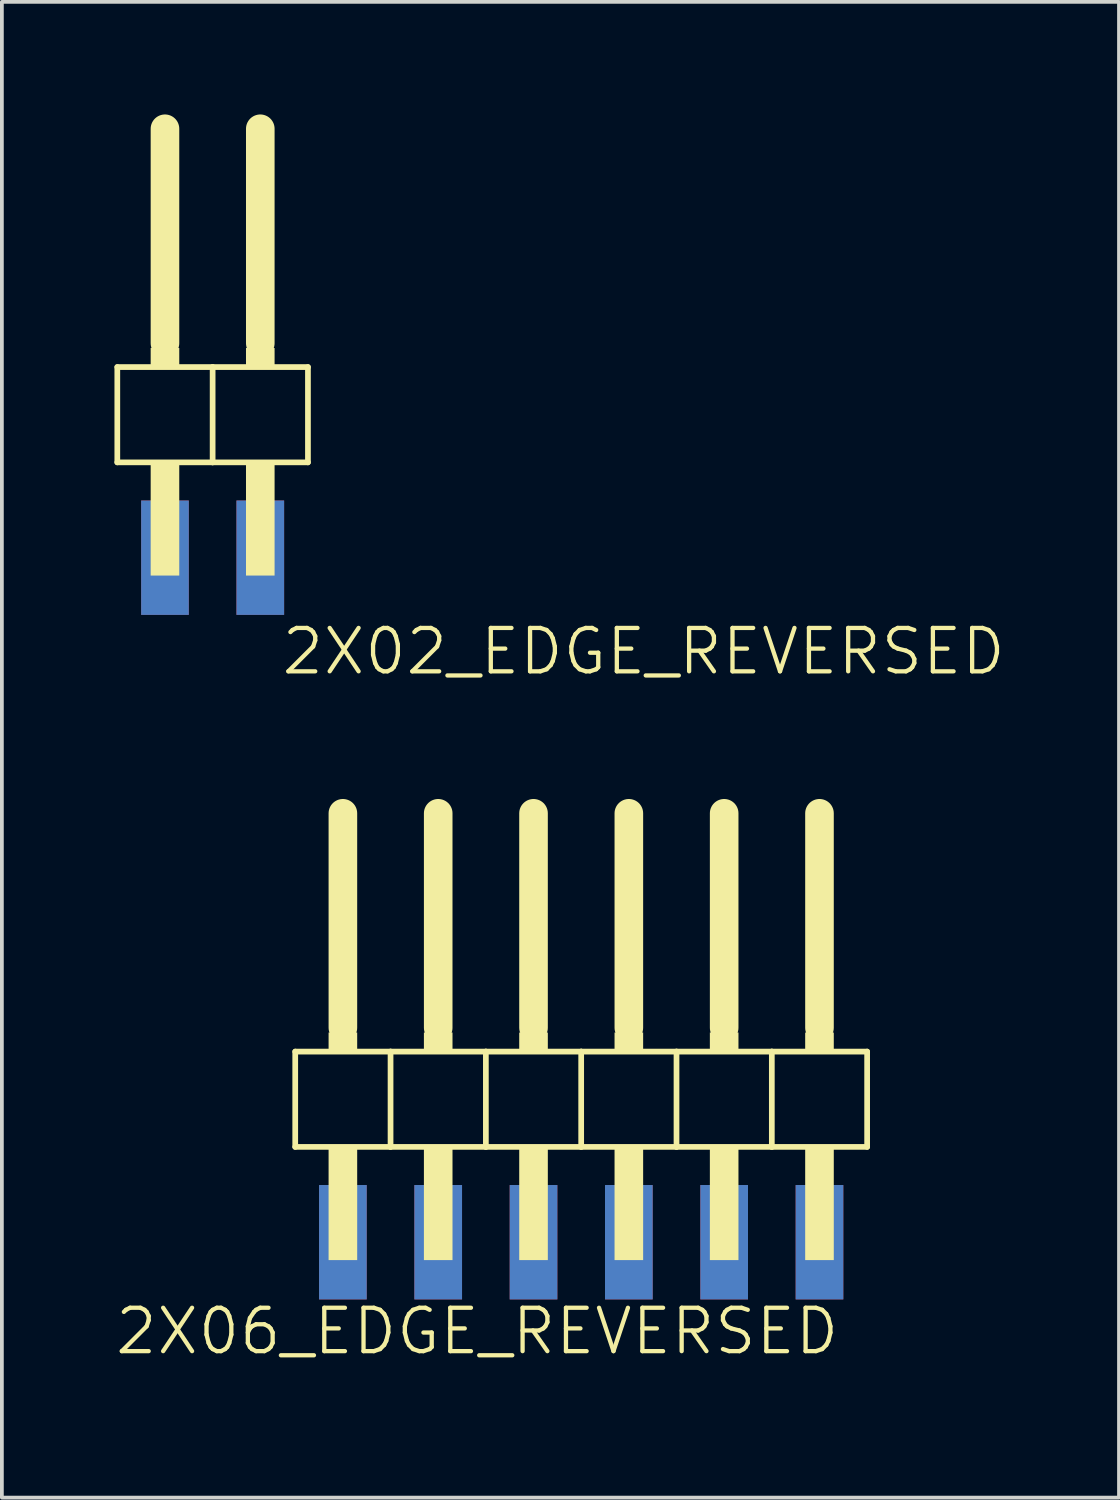
<source format=kicad_pcb>
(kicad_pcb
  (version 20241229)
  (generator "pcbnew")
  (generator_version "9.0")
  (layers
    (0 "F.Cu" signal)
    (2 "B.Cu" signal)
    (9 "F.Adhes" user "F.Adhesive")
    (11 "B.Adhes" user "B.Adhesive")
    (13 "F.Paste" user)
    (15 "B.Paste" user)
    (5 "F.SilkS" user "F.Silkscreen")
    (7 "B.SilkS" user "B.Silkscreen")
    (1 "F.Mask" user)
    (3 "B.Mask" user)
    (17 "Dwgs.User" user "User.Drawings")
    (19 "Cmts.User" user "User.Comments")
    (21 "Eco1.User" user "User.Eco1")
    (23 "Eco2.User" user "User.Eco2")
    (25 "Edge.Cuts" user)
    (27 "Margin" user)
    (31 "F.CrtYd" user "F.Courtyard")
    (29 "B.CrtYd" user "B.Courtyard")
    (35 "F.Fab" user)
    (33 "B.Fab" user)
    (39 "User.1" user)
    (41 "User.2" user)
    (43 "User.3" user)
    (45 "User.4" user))
  (footprint "2X06_EDGE_REVERSED"
    (layer "F.Cu")
    (at 12.437 33.608)
    (property "Reference" "2X06_EDGE_REVERSED" (at 6.936 -1.859 0) (layer "F.SilkS") (effects (font (size 1.156 1.156) (thickness 0.114)) (justify right top)))
    (fp_line (start -7.62 -8.636) (end -7.62 -6.096) (stroke (width 0.152) (type solid)) (layer "F.SilkS"))
    (fp_line (start -7.62 -6.096) (end -5.08 -6.096) (stroke (width 0.152) (type solid)) (layer "F.SilkS"))
    (fp_line (start -6.35 -14.986) (end -6.35 -9.271) (stroke (width 0.762) (type solid)) (layer "F.SilkS"))
    (fp_line (start -5.08 -8.636) (end -7.62 -8.636) (stroke (width 0.152) (type solid)) (layer "F.SilkS"))
    (fp_line (start -5.08 -6.096) (end -5.08 -8.636) (stroke (width 0.152) (type solid)) (layer "F.SilkS"))
    (fp_line (start -5.08 -6.096) (end -2.54 -6.096) (stroke (width 0.152) (type solid)) (layer "F.SilkS"))
    (fp_line (start -3.81 -14.986) (end -3.81 -9.271) (stroke (width 0.762) (type solid)) (layer "F.SilkS"))
    (fp_line (start -2.54 -8.636) (end -5.08 -8.636) (stroke (width 0.152) (type solid)) (layer "F.SilkS"))
    (fp_line (start -2.54 -6.096) (end -2.54 -8.636) (stroke (width 0.152) (type solid)) (layer "F.SilkS"))
    (fp_line (start -2.54 -6.096) (end 0 -6.096) (stroke (width 0.152) (type solid)) (layer "F.SilkS"))
    (fp_line (start -1.27 -14.986) (end -1.27 -9.271) (stroke (width 0.762) (type solid)) (layer "F.SilkS"))
    (fp_line (start 0 -8.636) (end -2.54 -8.636) (stroke (width 0.152) (type solid)) (layer "F.SilkS"))
    (fp_line (start 0 -6.096) (end 0 -8.636) (stroke (width 0.152) (type solid)) (layer "F.SilkS"))
    (fp_line (start 0 -6.096) (end 2.54 -6.096) (stroke (width 0.152) (type solid)) (layer "F.SilkS"))
    (fp_line (start 1.27 -14.986) (end 1.27 -9.271) (stroke (width 0.762) (type solid)) (layer "F.SilkS"))
    (fp_line (start 2.54 -8.636) (end 0 -8.636) (stroke (width 0.152) (type solid)) (layer "F.SilkS"))
    (fp_line (start 2.54 -6.096) (end 2.54 -8.636) (stroke (width 0.152) (type solid)) (layer "F.SilkS"))
    (fp_line (start 2.54 -6.096) (end 5.08 -6.096) (stroke (width 0.152) (type solid)) (layer "F.SilkS"))
    (fp_line (start 3.81 -14.986) (end 3.81 -9.271) (stroke (width 0.762) (type solid)) (layer "F.SilkS"))
    (fp_line (start 5.08 -8.636) (end 2.54 -8.636) (stroke (width 0.152) (type solid)) (layer "F.SilkS"))
    (fp_line (start 5.08 -6.096) (end 5.08 -8.636) (stroke (width 0.152) (type solid)) (layer "F.SilkS"))
    (fp_line (start 5.08 -6.096) (end 7.62 -6.096) (stroke (width 0.152) (type solid)) (layer "F.SilkS"))
    (fp_line (start 6.35 -14.986) (end 6.35 -9.271) (stroke (width 0.762) (type solid)) (layer "F.SilkS"))
    (fp_line (start 7.62 -8.636) (end 5.08 -8.636) (stroke (width 0.152) (type solid)) (layer "F.SilkS"))
    (fp_line (start 7.62 -6.096) (end 7.62 -8.636) (stroke (width 0.152) (type solid)) (layer "F.SilkS"))
    (fp_poly (pts (xy -6.731 -8.636) (xy -5.969 -8.636) (xy -5.969 -9.144) (xy -6.731 -9.144)) (stroke (width 0) (type default)) (fill yes) (layer "F.SilkS"))
    (fp_poly (pts (xy -6.731 -3.08) (xy -5.969 -3.08) (xy -5.969 -6.096) (xy -6.731 -6.096)) (stroke (width 0) (type default)) (fill yes) (layer "F.SilkS"))
    (fp_poly (pts (xy -4.191 -8.636) (xy -3.429 -8.636) (xy -3.429 -9.144) (xy -4.191 -9.144)) (stroke (width 0) (type default)) (fill yes) (layer "F.SilkS"))
    (fp_poly (pts (xy -4.191 -3.08) (xy -3.429 -3.08) (xy -3.429 -6.096) (xy -4.191 -6.096)) (stroke (width 0) (type default)) (fill yes) (layer "F.SilkS"))
    (fp_poly (pts (xy -1.651 -8.636) (xy -0.889 -8.636) (xy -0.889 -9.144) (xy -1.651 -9.144)) (stroke (width 0) (type default)) (fill yes) (layer "F.SilkS"))
    (fp_poly (pts (xy -1.651 -3.08) (xy -0.889 -3.08) (xy -0.889 -6.096) (xy -1.651 -6.096)) (stroke (width 0) (type default)) (fill yes) (layer "F.SilkS"))
    (fp_poly (pts (xy 0.889 -8.636) (xy 1.651 -8.636) (xy 1.651 -9.144) (xy 0.889 -9.144)) (stroke (width 0) (type default)) (fill yes) (layer "F.SilkS"))
    (fp_poly (pts (xy 0.889 -3.08) (xy 1.651 -3.08) (xy 1.651 -6.096) (xy 0.889 -6.096)) (stroke (width 0) (type default)) (fill yes) (layer "F.SilkS"))
    (fp_poly (pts (xy 3.429 -8.636) (xy 4.191 -8.636) (xy 4.191 -9.144) (xy 3.429 -9.144)) (stroke (width 0) (type default)) (fill yes) (layer "F.SilkS"))
    (fp_poly (pts (xy 3.429 -3.08) (xy 4.191 -3.08) (xy 4.191 -6.096) (xy 3.429 -6.096)) (stroke (width 0) (type default)) (fill yes) (layer "F.SilkS"))
    (fp_poly (pts (xy 5.969 -8.636) (xy 6.731 -8.636) (xy 6.731 -9.144) (xy 5.969 -9.144)) (stroke (width 0) (type default)) (fill yes) (layer "F.SilkS"))
    (fp_poly (pts (xy 5.969 -3.08) (xy 6.731 -3.08) (xy 6.731 -6.096) (xy 5.969 -6.096)) (stroke (width 0) (type default)) (fill yes) (layer "F.SilkS"))
    (pad "1" smd rect (at 6.35 -3.556 90) (size 3.048 1.27) (layers "F.Cu" "F.Mask" "F.Paste"))
    (pad "2" smd rect (at 6.35 -3.556 90) (size 3.048 1.27) (layers "B.Cu" "B.Mask" "B.Paste"))
    (pad "3" smd rect (at 3.81 -3.556 90) (size 3.048 1.27) (layers "F.Cu" "F.Mask" "F.Paste"))
    (pad "4" smd rect (at 3.81 -3.556 90) (size 3.048 1.27) (layers "B.Cu" "B.Mask" "B.Paste"))
    (pad "5" smd rect (at 1.27 -3.556 90) (size 3.048 1.27) (layers "F.Cu" "F.Mask" "F.Paste"))
    (pad "6" smd rect (at 1.27 -3.556 90) (size 3.048 1.27) (layers "B.Cu" "B.Mask" "B.Paste"))
    (pad "7" smd rect (at -1.27 -3.556 90) (size 3.048 1.27) (layers "F.Cu" "F.Mask" "F.Paste"))
    (pad "8" smd rect (at -1.27 -3.556 90) (size 3.048 1.27) (layers "B.Cu" "B.Mask" "B.Paste"))
    (pad "9" smd rect (at -3.81 -3.556 90) (size 3.048 1.27) (layers "F.Cu" "F.Mask" "F.Paste"))
    (pad "10" smd rect (at -3.81 -3.556 90) (size 3.048 1.27) (layers "B.Cu" "B.Mask" "B.Paste"))
    (pad "11" smd rect (at -6.35 -3.556 90) (size 3.048 1.27) (layers "F.Cu" "F.Mask" "F.Paste"))
    (pad "12" smd rect (at -6.35 -3.556 90) (size 3.048 1.27) (layers "B.Cu" "B.Mask" "B.Paste")))
  (footprint "2X02_EDGE_REVERSED"
    (layer "F.Cu")
    (at 2.616 9.017)
    (property "Reference" "2X02_EDGE_REVERSED" (at 1.778 5.969 0) (layer "F.SilkS") (effects (font (size 1.156 1.156) (thickness 0.114)) (justify left bottom)))
    (fp_line (start -2.54 -2.286) (end -2.54 0.254) (stroke (width 0.152) (type solid)) (layer "F.SilkS"))
    (fp_line (start -2.54 0.254) (end 0 0.254) (stroke (width 0.152) (type solid)) (layer "F.SilkS"))
    (fp_line (start -1.27 -8.636) (end -1.27 -2.921) (stroke (width 0.762) (type solid)) (layer "F.SilkS"))
    (fp_line (start 0 -2.286) (end -2.54 -2.286) (stroke (width 0.152) (type solid)) (layer "F.SilkS"))
    (fp_line (start 0 0.254) (end 0 -2.286) (stroke (width 0.152) (type solid)) (layer "F.SilkS"))
    (fp_line (start 0 0.254) (end 2.54 0.254) (stroke (width 0.152) (type solid)) (layer "F.SilkS"))
    (fp_line (start 1.27 -8.636) (end 1.27 -2.921) (stroke (width 0.762) (type solid)) (layer "F.SilkS"))
    (fp_line (start 2.54 -2.286) (end 0 -2.286) (stroke (width 0.152) (type solid)) (layer "F.SilkS"))
    (fp_line (start 2.54 0.254) (end 2.54 -2.286) (stroke (width 0.152) (type solid)) (layer "F.SilkS"))
    (fp_poly (pts (xy -1.651 -2.286) (xy -0.889 -2.286) (xy -0.889 -2.794) (xy -1.651 -2.794)) (stroke (width 0) (type default)) (fill yes) (layer "F.SilkS"))
    (fp_poly (pts (xy -1.651 3.27) (xy -0.889 3.27) (xy -0.889 0.254) (xy -1.651 0.254)) (stroke (width 0) (type default)) (fill yes) (layer "F.SilkS"))
    (fp_poly (pts (xy 0.889 -2.286) (xy 1.651 -2.286) (xy 1.651 -2.794) (xy 0.889 -2.794)) (stroke (width 0) (type default)) (fill yes) (layer "F.SilkS"))
    (fp_poly (pts (xy 0.889 3.27) (xy 1.651 3.27) (xy 1.651 0.254) (xy 0.889 0.254)) (stroke (width 0) (type default)) (fill yes) (layer "F.SilkS"))
    (pad "1" smd rect (at 1.27 2.794 90) (size 3.048 1.27) (layers "F.Cu" "F.Mask" "F.Paste"))
    (pad "2" smd rect (at 1.27 2.794 90) (size 3.048 1.27) (layers "B.Cu" "B.Mask" "B.Paste"))
    (pad "3" smd rect (at -1.27 2.794 90) (size 3.048 1.27) (layers "F.Cu" "F.Mask" "F.Paste"))
    (pad "4" smd rect (at -1.27 2.794 90) (size 3.048 1.27) (layers "B.Cu" "B.Mask" "B.Paste")))
  (gr_rect
    (start -3 -3)
    (end 26.768 36.858)
    (stroke (width 0.1) (type default))
    (fill no)
    (layer "Edge.Cuts")))
</source>
